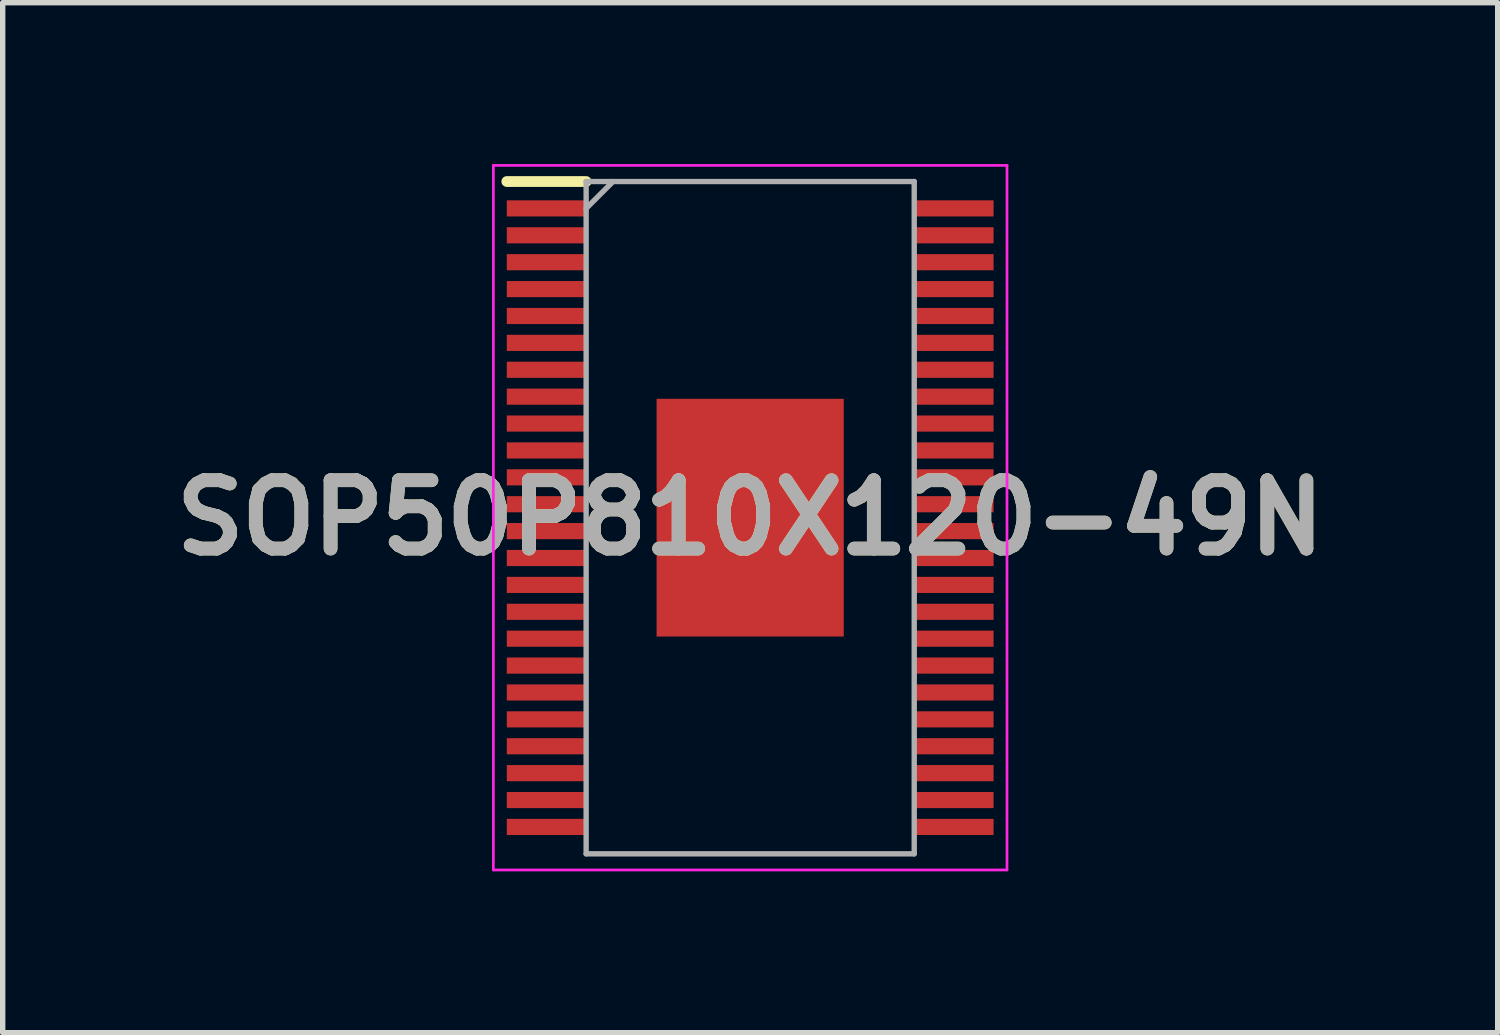
<source format=kicad_pcb>
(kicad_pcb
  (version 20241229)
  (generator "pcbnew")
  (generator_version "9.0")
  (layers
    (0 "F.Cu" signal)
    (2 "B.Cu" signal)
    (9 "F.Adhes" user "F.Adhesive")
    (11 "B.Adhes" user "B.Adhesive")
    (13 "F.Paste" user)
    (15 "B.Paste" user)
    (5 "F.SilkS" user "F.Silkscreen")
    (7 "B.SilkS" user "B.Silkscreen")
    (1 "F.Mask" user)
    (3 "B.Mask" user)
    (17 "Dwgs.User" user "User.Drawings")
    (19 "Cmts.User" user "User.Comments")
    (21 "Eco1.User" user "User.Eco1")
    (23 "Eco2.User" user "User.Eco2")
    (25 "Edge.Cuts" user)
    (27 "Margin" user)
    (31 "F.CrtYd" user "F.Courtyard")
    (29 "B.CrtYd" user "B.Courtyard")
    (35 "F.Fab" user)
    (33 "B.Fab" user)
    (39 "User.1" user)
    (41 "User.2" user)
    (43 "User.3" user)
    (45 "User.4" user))
  (footprint "SOP50P810X120-49N"
    (layer "F.Cu")
    (at 10.898 6.575)
    (property "Reference" "SOP50P810X120-49N" (at 0 0 0) (layer "F.SilkS") (effects (font (size 1.27 1.27) (thickness 0.254))))
    (attr smd)
    (fp_line (start -4.525 -6.25) (end -3.05 -6.25) (stroke (width 0.2) (type solid)) (layer "F.SilkS"))
    (fp_line (start -4.775 -6.55) (end 4.775 -6.55) (stroke (width 0.05) (type solid)) (layer "F.CrtYd"))
    (fp_line (start -4.775 6.55) (end -4.775 -6.55) (stroke (width 0.05) (type solid)) (layer "F.CrtYd"))
    (fp_line (start 4.775 -6.55) (end 4.775 6.55) (stroke (width 0.05) (type solid)) (layer "F.CrtYd"))
    (fp_line (start 4.775 6.55) (end -4.775 6.55) (stroke (width 0.05) (type solid)) (layer "F.CrtYd"))
    (fp_line (start -3.05 -6.25) (end 3.05 -6.25) (stroke (width 0.1) (type solid)) (layer "F.Fab"))
    (fp_line (start -3.05 -5.75) (end -2.55 -6.25) (stroke (width 0.1) (type solid)) (layer "F.Fab"))
    (fp_line (start -3.05 6.25) (end -3.05 -6.25) (stroke (width 0.1) (type solid)) (layer "F.Fab"))
    (fp_line (start 3.05 -6.25) (end 3.05 6.25) (stroke (width 0.1) (type solid)) (layer "F.Fab"))
    (fp_line (start 3.05 6.25) (end -3.05 6.25) (stroke (width 0.1) (type solid)) (layer "F.Fab"))
    (fp_text user "${REFERENCE}" (at 0 0 0) (layer "F.Fab") (effects (font (size 1.27 1.27) (thickness 0.254))))
    (pad "1" smd rect (at -3.788 -5.75 90) (size 0.3 1.475) (layers "F.Cu" "F.Mask" "F.Paste"))
    (pad "2" smd rect (at -3.788 -5.25 90) (size 0.3 1.475) (layers "F.Cu" "F.Mask" "F.Paste"))
    (pad "3" smd rect (at -3.788 -4.75 90) (size 0.3 1.475) (layers "F.Cu" "F.Mask" "F.Paste"))
    (pad "4" smd rect (at -3.788 -4.25 90) (size 0.3 1.475) (layers "F.Cu" "F.Mask" "F.Paste"))
    (pad "5" smd rect (at -3.788 -3.75 90) (size 0.3 1.475) (layers "F.Cu" "F.Mask" "F.Paste"))
    (pad "6" smd rect (at -3.788 -3.25 90) (size 0.3 1.475) (layers "F.Cu" "F.Mask" "F.Paste"))
    (pad "7" smd rect (at -3.788 -2.75 90) (size 0.3 1.475) (layers "F.Cu" "F.Mask" "F.Paste"))
    (pad "8" smd rect (at -3.788 -2.25 90) (size 0.3 1.475) (layers "F.Cu" "F.Mask" "F.Paste"))
    (pad "9" smd rect (at -3.788 -1.75 90) (size 0.3 1.475) (layers "F.Cu" "F.Mask" "F.Paste"))
    (pad "10" smd rect (at -3.788 -1.25 90) (size 0.3 1.475) (layers "F.Cu" "F.Mask" "F.Paste"))
    (pad "11" smd rect (at -3.788 -0.75 90) (size 0.3 1.475) (layers "F.Cu" "F.Mask" "F.Paste"))
    (pad "12" smd rect (at -3.788 -0.25 90) (size 0.3 1.475) (layers "F.Cu" "F.Mask" "F.Paste"))
    (pad "13" smd rect (at -3.788 0.25 90) (size 0.3 1.475) (layers "F.Cu" "F.Mask" "F.Paste"))
    (pad "14" smd rect (at -3.788 0.75 90) (size 0.3 1.475) (layers "F.Cu" "F.Mask" "F.Paste"))
    (pad "15" smd rect (at -3.788 1.25 90) (size 0.3 1.475) (layers "F.Cu" "F.Mask" "F.Paste"))
    (pad "16" smd rect (at -3.788 1.75 90) (size 0.3 1.475) (layers "F.Cu" "F.Mask" "F.Paste"))
    (pad "17" smd rect (at -3.788 2.25 90) (size 0.3 1.475) (layers "F.Cu" "F.Mask" "F.Paste"))
    (pad "18" smd rect (at -3.788 2.75 90) (size 0.3 1.475) (layers "F.Cu" "F.Mask" "F.Paste"))
    (pad "19" smd rect (at -3.788 3.25 90) (size 0.3 1.475) (layers "F.Cu" "F.Mask" "F.Paste"))
    (pad "20" smd rect (at -3.788 3.75 90) (size 0.3 1.475) (layers "F.Cu" "F.Mask" "F.Paste"))
    (pad "21" smd rect (at -3.788 4.25 90) (size 0.3 1.475) (layers "F.Cu" "F.Mask" "F.Paste"))
    (pad "22" smd rect (at -3.788 4.75 90) (size 0.3 1.475) (layers "F.Cu" "F.Mask" "F.Paste"))
    (pad "23" smd rect (at -3.788 5.25 90) (size 0.3 1.475) (layers "F.Cu" "F.Mask" "F.Paste"))
    (pad "24" smd rect (at -3.788 5.75 90) (size 0.3 1.475) (layers "F.Cu" "F.Mask" "F.Paste"))
    (pad "25" smd rect (at 3.788 5.75 90) (size 0.3 1.475) (layers "F.Cu" "F.Mask" "F.Paste"))
    (pad "26" smd rect (at 3.788 5.25 90) (size 0.3 1.475) (layers "F.Cu" "F.Mask" "F.Paste"))
    (pad "27" smd rect (at 3.788 4.75 90) (size 0.3 1.475) (layers "F.Cu" "F.Mask" "F.Paste"))
    (pad "28" smd rect (at 3.788 4.25 90) (size 0.3 1.475) (layers "F.Cu" "F.Mask" "F.Paste"))
    (pad "29" smd rect (at 3.788 3.75 90) (size 0.3 1.475) (layers "F.Cu" "F.Mask" "F.Paste"))
    (pad "30" smd rect (at 3.788 3.25 90) (size 0.3 1.475) (layers "F.Cu" "F.Mask" "F.Paste"))
    (pad "31" smd rect (at 3.788 2.75 90) (size 0.3 1.475) (layers "F.Cu" "F.Mask" "F.Paste"))
    (pad "32" smd rect (at 3.788 2.25 90) (size 0.3 1.475) (layers "F.Cu" "F.Mask" "F.Paste"))
    (pad "33" smd rect (at 3.788 1.75 90) (size 0.3 1.475) (layers "F.Cu" "F.Mask" "F.Paste"))
    (pad "34" smd rect (at 3.788 1.25 90) (size 0.3 1.475) (layers "F.Cu" "F.Mask" "F.Paste"))
    (pad "35" smd rect (at 3.788 0.75 90) (size 0.3 1.475) (layers "F.Cu" "F.Mask" "F.Paste"))
    (pad "36" smd rect (at 3.788 0.25 90) (size 0.3 1.475) (layers "F.Cu" "F.Mask" "F.Paste"))
    (pad "37" smd rect (at 3.788 -0.25 90) (size 0.3 1.475) (layers "F.Cu" "F.Mask" "F.Paste"))
    (pad "38" smd rect (at 3.788 -0.75 90) (size 0.3 1.475) (layers "F.Cu" "F.Mask" "F.Paste"))
    (pad "39" smd rect (at 3.788 -1.25 90) (size 0.3 1.475) (layers "F.Cu" "F.Mask" "F.Paste"))
    (pad "40" smd rect (at 3.788 -1.75 90) (size 0.3 1.475) (layers "F.Cu" "F.Mask" "F.Paste"))
    (pad "41" smd rect (at 3.788 -2.25 90) (size 0.3 1.475) (layers "F.Cu" "F.Mask" "F.Paste"))
    (pad "42" smd rect (at 3.788 -2.75 90) (size 0.3 1.475) (layers "F.Cu" "F.Mask" "F.Paste"))
    (pad "43" smd rect (at 3.788 -3.25 90) (size 0.3 1.475) (layers "F.Cu" "F.Mask" "F.Paste"))
    (pad "44" smd rect (at 3.788 -3.75 90) (size 0.3 1.475) (layers "F.Cu" "F.Mask" "F.Paste"))
    (pad "45" smd rect (at 3.788 -4.25 90) (size 0.3 1.475) (layers "F.Cu" "F.Mask" "F.Paste"))
    (pad "46" smd rect (at 3.788 -4.75 90) (size 0.3 1.475) (layers "F.Cu" "F.Mask" "F.Paste"))
    (pad "47" smd rect (at 3.788 -5.25 90) (size 0.3 1.475) (layers "F.Cu" "F.Mask" "F.Paste"))
    (pad "48" smd rect (at 3.788 -5.75 90) (size 0.3 1.475) (layers "F.Cu" "F.Mask" "F.Paste"))
    (pad "49" smd rect (at 0 0) (size 3.48 4.42) (layers "F.Cu" "F.Mask" "F.Paste")))
  (gr_rect
    (start -3 -3)
    (end 24.796 16.15)
    (stroke (width 0.1) (type default))
    (fill no)
    (layer "Edge.Cuts")))
</source>
